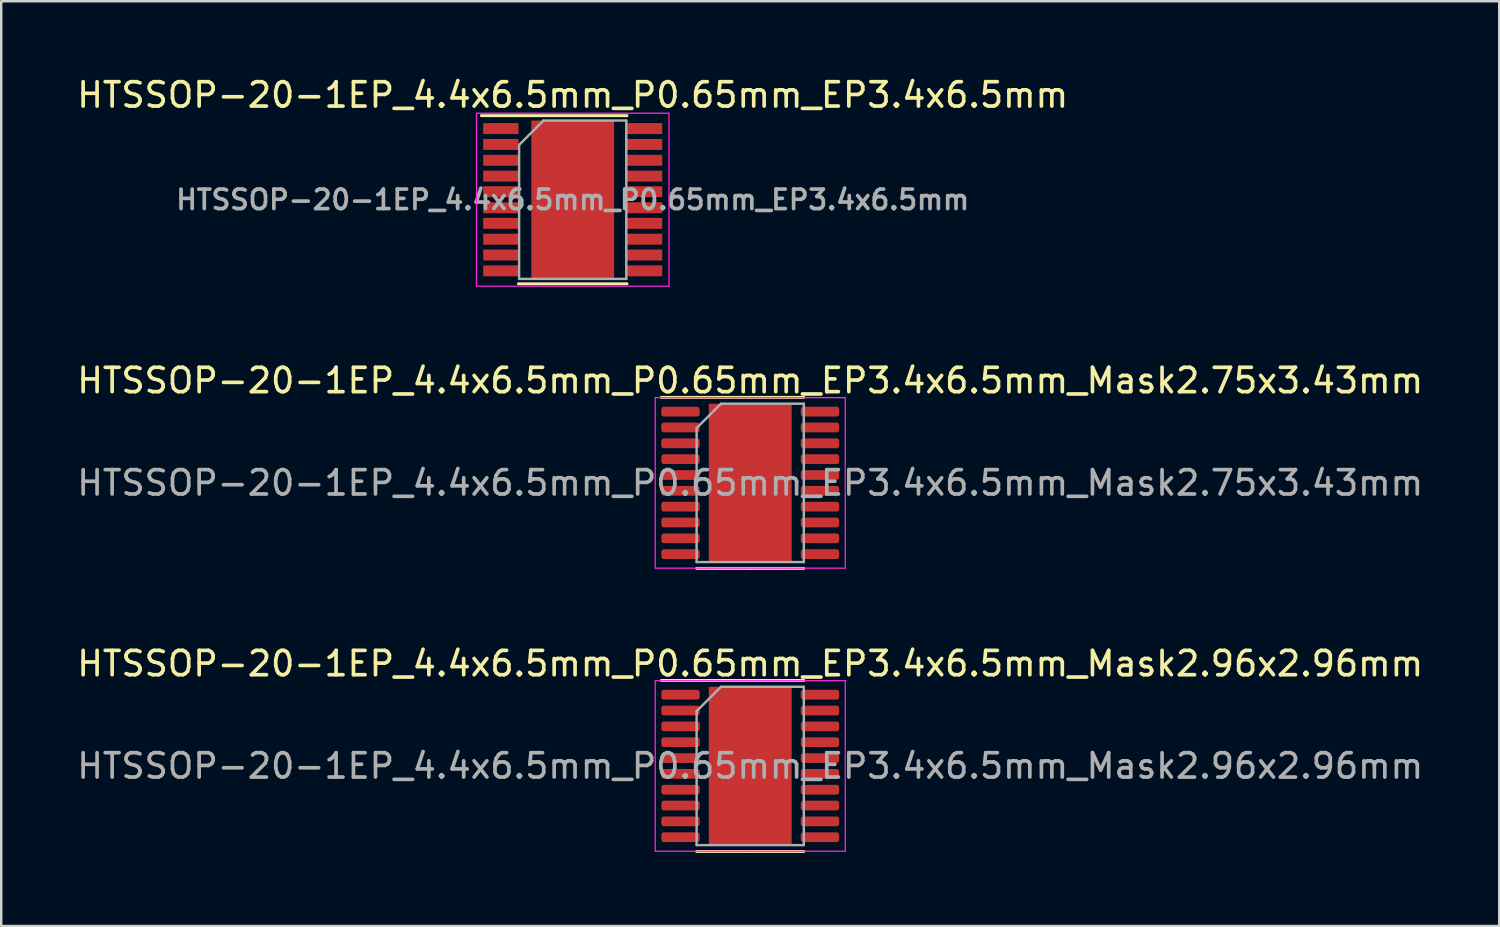
<source format=kicad_pcb>
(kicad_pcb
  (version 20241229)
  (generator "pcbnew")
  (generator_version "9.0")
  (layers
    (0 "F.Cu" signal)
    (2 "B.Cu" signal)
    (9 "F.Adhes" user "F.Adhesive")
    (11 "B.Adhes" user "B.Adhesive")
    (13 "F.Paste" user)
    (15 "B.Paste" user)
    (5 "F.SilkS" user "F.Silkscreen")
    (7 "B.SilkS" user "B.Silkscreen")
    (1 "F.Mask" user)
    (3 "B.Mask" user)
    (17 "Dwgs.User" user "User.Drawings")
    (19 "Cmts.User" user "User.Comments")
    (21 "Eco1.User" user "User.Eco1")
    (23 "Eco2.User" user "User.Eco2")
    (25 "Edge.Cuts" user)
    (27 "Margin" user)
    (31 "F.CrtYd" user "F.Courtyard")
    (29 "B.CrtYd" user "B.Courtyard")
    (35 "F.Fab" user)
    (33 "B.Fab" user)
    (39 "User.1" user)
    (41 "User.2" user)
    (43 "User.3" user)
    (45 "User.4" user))
  (footprint "HTSSOP-20-1EP_4.4x6.5mm_P0.65mm_EP3.4x6.5mm"
    (layer "F.Cu")
    (at 20.458 5.148)
    (property "Reference" "HTSSOP-20-1EP_4.4x6.5mm_P0.65mm_EP3.4x6.5mm" (at 0 -4.3 0) (layer "F.SilkS") (effects (font (size 1 1) (thickness 0.15))))
    (attr smd)
    (fp_line (start -3.75 -3.45) (end 2.23 -3.45) (stroke (width 0.12) (type solid)) (layer "F.SilkS"))
    (fp_line (start -2.23 3.45) (end 2.23 3.45) (stroke (width 0.12) (type solid)) (layer "F.SilkS"))
    (fp_line (start -3.95 -3.55) (end -3.95 3.55) (stroke (width 0.05) (type solid)) (layer "F.CrtYd"))
    (fp_line (start -3.95 -3.55) (end 3.95 -3.55) (stroke (width 0.05) (type solid)) (layer "F.CrtYd"))
    (fp_line (start -3.95 3.55) (end 3.95 3.55) (stroke (width 0.05) (type solid)) (layer "F.CrtYd"))
    (fp_line (start 3.95 -3.55) (end 3.95 3.55) (stroke (width 0.05) (type solid)) (layer "F.CrtYd"))
    (fp_line (start -2.2 -2.25) (end -1.2 -3.25) (stroke (width 0.1) (type solid)) (layer "F.Fab"))
    (fp_line (start -2.2 3.25) (end -2.2 -2.25) (stroke (width 0.1) (type solid)) (layer "F.Fab"))
    (fp_line (start -1.2 -3.25) (end 2.2 -3.25) (stroke (width 0.1) (type solid)) (layer "F.Fab"))
    (fp_line (start 2.2 -3.25) (end 2.2 3.25) (stroke (width 0.1) (type solid)) (layer "F.Fab"))
    (fp_line (start 2.2 3.25) (end -2.2 3.25) (stroke (width 0.1) (type solid)) (layer "F.Fab"))
    (fp_text user "${REFERENCE}" (at 0 0 0) (layer "F.Fab") (effects (font (size 0.8 0.8) (thickness 0.15))))
    (pad "" smd rect (at -0.85 -2.438) (size 1.4 1.325) (layers "F.Paste"))
    (pad "" smd rect (at -0.85 -0.812) (size 1.4 1.325) (layers "F.Paste"))
    (pad "" smd rect (at -0.85 0.812) (size 1.4 1.325) (layers "F.Paste"))
    (pad "" smd rect (at -0.85 2.438) (size 1.4 1.325) (layers "F.Paste"))
    (pad "" smd rect (at 0.85 -2.438) (size 1.4 1.325) (layers "F.Paste"))
    (pad "" smd rect (at 0.85 -0.812) (size 1.4 1.325) (layers "F.Paste"))
    (pad "" smd rect (at 0.85 0.812) (size 1.4 1.325) (layers "F.Paste"))
    (pad "" smd rect (at 0.85 2.438) (size 1.4 1.325) (layers "F.Paste"))
    (pad "1" smd rect (at -2.95 -2.92) (size 1.45 0.45) (layers "F.Cu" "F.Mask" "F.Paste"))
    (pad "2" smd rect (at -2.95 -2.27) (size 1.45 0.45) (layers "F.Cu" "F.Mask" "F.Paste"))
    (pad "3" smd rect (at -2.95 -1.62) (size 1.45 0.45) (layers "F.Cu" "F.Mask" "F.Paste"))
    (pad "4" smd rect (at -2.95 -0.97) (size 1.45 0.45) (layers "F.Cu" "F.Mask" "F.Paste"))
    (pad "5" smd rect (at -2.95 -0.33) (size 1.45 0.45) (layers "F.Cu" "F.Mask" "F.Paste"))
    (pad "6" smd rect (at -2.95 0.33) (size 1.45 0.45) (layers "F.Cu" "F.Mask" "F.Paste"))
    (pad "7" smd rect (at -2.95 0.97) (size 1.45 0.45) (layers "F.Cu" "F.Mask" "F.Paste"))
    (pad "8" smd rect (at -2.95 1.62) (size 1.45 0.45) (layers "F.Cu" "F.Mask" "F.Paste"))
    (pad "9" smd rect (at -2.95 2.27) (size 1.45 0.45) (layers "F.Cu" "F.Mask" "F.Paste"))
    (pad "10" smd rect (at -2.95 2.92) (size 1.45 0.45) (layers "F.Cu" "F.Mask" "F.Paste"))
    (pad "11" smd rect (at 2.95 2.92) (size 1.45 0.45) (layers "F.Cu" "F.Mask" "F.Paste"))
    (pad "12" smd rect (at 2.95 2.27) (size 1.45 0.45) (layers "F.Cu" "F.Mask" "F.Paste"))
    (pad "13" smd rect (at 2.95 1.62) (size 1.45 0.45) (layers "F.Cu" "F.Mask" "F.Paste"))
    (pad "14" smd rect (at 2.95 0.97) (size 1.45 0.45) (layers "F.Cu" "F.Mask" "F.Paste"))
    (pad "15" smd rect (at 2.95 0.33) (size 1.45 0.45) (layers "F.Cu" "F.Mask" "F.Paste"))
    (pad "16" smd rect (at 2.95 -0.33) (size 1.45 0.45) (layers "F.Cu" "F.Mask" "F.Paste"))
    (pad "17" smd rect (at 2.95 -0.97) (size 1.45 0.45) (layers "F.Cu" "F.Mask" "F.Paste"))
    (pad "18" smd rect (at 2.95 -1.62) (size 1.45 0.45) (layers "F.Cu" "F.Mask" "F.Paste"))
    (pad "19" smd rect (at 2.95 -2.27) (size 1.45 0.45) (layers "F.Cu" "F.Mask" "F.Paste"))
    (pad "20" smd rect (at 2.95 -2.92) (size 1.45 0.45) (layers "F.Cu" "F.Mask" "F.Paste"))
    (pad "21" smd rect (at 0 0) (size 3.4 6.5) (layers "F.Cu" "F.Mask")))
  (footprint "HTSSOP-20-1EP_4.4x6.5mm_P0.65mm_EP3.4x6.5mm_Mask2.96x2.96mm"
    (layer "F.Cu")
    (at 27.744 28.39)
    (property "Reference" "HTSSOP-20-1EP_4.4x6.5mm_P0.65mm_EP3.4x6.5mm_Mask2.96x2.96mm" (at 0 -4.2 0) (layer "F.SilkS") (effects (font (size 1 1) (thickness 0.15))))
    (attr smd)
    (fp_line (start 0 -3.51) (end -3.65 -3.51) (stroke (width 0.12) (type solid)) (layer "F.SilkS"))
    (fp_line (start 0 -3.51) (end 2.2 -3.51) (stroke (width 0.12) (type solid)) (layer "F.SilkS"))
    (fp_line (start 0 3.51) (end -2.2 3.51) (stroke (width 0.12) (type solid)) (layer "F.SilkS"))
    (fp_line (start 0 3.51) (end 2.2 3.51) (stroke (width 0.12) (type solid)) (layer "F.SilkS"))
    (fp_line (start -3.9 -3.5) (end -3.9 3.5) (stroke (width 0.05) (type solid)) (layer "F.CrtYd"))
    (fp_line (start -3.9 3.5) (end 3.9 3.5) (stroke (width 0.05) (type solid)) (layer "F.CrtYd"))
    (fp_line (start 3.9 -3.5) (end -3.9 -3.5) (stroke (width 0.05) (type solid)) (layer "F.CrtYd"))
    (fp_line (start 3.9 3.5) (end 3.9 -3.5) (stroke (width 0.05) (type solid)) (layer "F.CrtYd"))
    (fp_line (start -2.2 -2.25) (end -1.2 -3.25) (stroke (width 0.1) (type solid)) (layer "F.Fab"))
    (fp_line (start -2.2 3.25) (end -2.2 -2.25) (stroke (width 0.1) (type solid)) (layer "F.Fab"))
    (fp_line (start -1.2 -3.25) (end 2.2 -3.25) (stroke (width 0.1) (type solid)) (layer "F.Fab"))
    (fp_line (start 2.2 -3.25) (end 2.2 3.25) (stroke (width 0.1) (type solid)) (layer "F.Fab"))
    (fp_line (start 2.2 3.25) (end -2.2 3.25) (stroke (width 0.1) (type solid)) (layer "F.Fab"))
    (fp_text user "${REFERENCE}" (at 0 0 0) (layer "F.Fab") (effects (font (size 1 1) (thickness 0.15))))
    (pad "" smd roundrect (at 0 0) (size 2.39 2.39) (layers "F.Paste") (roundrect_rratio 0.105))
    (pad "" smd rect (at 0 0) (size 2.96 2.96) (layers "F.Mask"))
    (pad "1" smd roundrect (at -2.862 -2.925) (size 1.575 0.4) (layers "F.Cu" "F.Mask" "F.Paste") (roundrect_rratio 0.25))
    (pad "2" smd roundrect (at -2.862 -2.275) (size 1.575 0.4) (layers "F.Cu" "F.Mask" "F.Paste") (roundrect_rratio 0.25))
    (pad "3" smd roundrect (at -2.862 -1.625) (size 1.575 0.4) (layers "F.Cu" "F.Mask" "F.Paste") (roundrect_rratio 0.25))
    (pad "4" smd roundrect (at -2.862 -0.975) (size 1.575 0.4) (layers "F.Cu" "F.Mask" "F.Paste") (roundrect_rratio 0.25))
    (pad "5" smd roundrect (at -2.862 -0.325) (size 1.575 0.4) (layers "F.Cu" "F.Mask" "F.Paste") (roundrect_rratio 0.25))
    (pad "6" smd roundrect (at -2.862 0.325) (size 1.575 0.4) (layers "F.Cu" "F.Mask" "F.Paste") (roundrect_rratio 0.25))
    (pad "7" smd roundrect (at -2.862 0.975) (size 1.575 0.4) (layers "F.Cu" "F.Mask" "F.Paste") (roundrect_rratio 0.25))
    (pad "8" smd roundrect (at -2.862 1.625) (size 1.575 0.4) (layers "F.Cu" "F.Mask" "F.Paste") (roundrect_rratio 0.25))
    (pad "9" smd roundrect (at -2.862 2.275) (size 1.575 0.4) (layers "F.Cu" "F.Mask" "F.Paste") (roundrect_rratio 0.25))
    (pad "10" smd roundrect (at -2.862 2.925) (size 1.575 0.4) (layers "F.Cu" "F.Mask" "F.Paste") (roundrect_rratio 0.25))
    (pad "11" smd roundrect (at 2.862 2.925) (size 1.575 0.4) (layers "F.Cu" "F.Mask" "F.Paste") (roundrect_rratio 0.25))
    (pad "12" smd roundrect (at 2.862 2.275) (size 1.575 0.4) (layers "F.Cu" "F.Mask" "F.Paste") (roundrect_rratio 0.25))
    (pad "13" smd roundrect (at 2.862 1.625) (size 1.575 0.4) (layers "F.Cu" "F.Mask" "F.Paste") (roundrect_rratio 0.25))
    (pad "14" smd roundrect (at 2.862 0.975) (size 1.575 0.4) (layers "F.Cu" "F.Mask" "F.Paste") (roundrect_rratio 0.25))
    (pad "15" smd roundrect (at 2.862 0.325) (size 1.575 0.4) (layers "F.Cu" "F.Mask" "F.Paste") (roundrect_rratio 0.25))
    (pad "16" smd roundrect (at 2.862 -0.325) (size 1.575 0.4) (layers "F.Cu" "F.Mask" "F.Paste") (roundrect_rratio 0.25))
    (pad "17" smd roundrect (at 2.862 -0.975) (size 1.575 0.4) (layers "F.Cu" "F.Mask" "F.Paste") (roundrect_rratio 0.25))
    (pad "18" smd roundrect (at 2.862 -1.625) (size 1.575 0.4) (layers "F.Cu" "F.Mask" "F.Paste") (roundrect_rratio 0.25))
    (pad "19" smd roundrect (at 2.862 -2.275) (size 1.575 0.4) (layers "F.Cu" "F.Mask" "F.Paste") (roundrect_rratio 0.25))
    (pad "20" smd roundrect (at 2.862 -2.925) (size 1.575 0.4) (layers "F.Cu" "F.Mask" "F.Paste") (roundrect_rratio 0.25))
    (pad "21" smd rect (at 0 0) (size 3.4 6.5) (layers "F.Cu")))
  (footprint "HTSSOP-20-1EP_4.4x6.5mm_P0.65mm_EP3.4x6.5mm_Mask2.75x3.43mm"
    (layer "F.Cu")
    (at 27.744 16.771)
    (property "Reference" "HTSSOP-20-1EP_4.4x6.5mm_P0.65mm_EP3.4x6.5mm_Mask2.75x3.43mm" (at 0 -4.2 0) (layer "F.SilkS") (effects (font (size 1 1) (thickness 0.15))))
    (attr smd)
    (fp_line (start 0 -3.51) (end -3.65 -3.51) (stroke (width 0.12) (type solid)) (layer "F.SilkS"))
    (fp_line (start 0 -3.51) (end 2.2 -3.51) (stroke (width 0.12) (type solid)) (layer "F.SilkS"))
    (fp_line (start 0 3.51) (end -2.2 3.51) (stroke (width 0.12) (type solid)) (layer "F.SilkS"))
    (fp_line (start 0 3.51) (end 2.2 3.51) (stroke (width 0.12) (type solid)) (layer "F.SilkS"))
    (fp_line (start -3.9 -3.5) (end -3.9 3.5) (stroke (width 0.05) (type solid)) (layer "F.CrtYd"))
    (fp_line (start -3.9 3.5) (end 3.9 3.5) (stroke (width 0.05) (type solid)) (layer "F.CrtYd"))
    (fp_line (start 3.9 -3.5) (end -3.9 -3.5) (stroke (width 0.05) (type solid)) (layer "F.CrtYd"))
    (fp_line (start 3.9 3.5) (end 3.9 -3.5) (stroke (width 0.05) (type solid)) (layer "F.CrtYd"))
    (fp_line (start -2.2 -2.25) (end -1.2 -3.25) (stroke (width 0.1) (type solid)) (layer "F.Fab"))
    (fp_line (start -2.2 3.25) (end -2.2 -2.25) (stroke (width 0.1) (type solid)) (layer "F.Fab"))
    (fp_line (start -1.2 -3.25) (end 2.2 -3.25) (stroke (width 0.1) (type solid)) (layer "F.Fab"))
    (fp_line (start 2.2 -3.25) (end 2.2 3.25) (stroke (width 0.1) (type solid)) (layer "F.Fab"))
    (fp_line (start 2.2 3.25) (end -2.2 3.25) (stroke (width 0.1) (type solid)) (layer "F.Fab"))
    (fp_text user "${REFERENCE}" (at 0 0 0) (layer "F.Fab") (effects (font (size 1 1) (thickness 0.15))))
    (pad "" smd roundrect (at -0.69 -0.86) (size 1.11 1.38) (layers "F.Paste") (roundrect_rratio 0.225))
    (pad "" smd roundrect (at -0.69 0.86) (size 1.11 1.38) (layers "F.Paste") (roundrect_rratio 0.225))
    (pad "" smd rect (at 0 0) (size 2.75 3.43) (layers "F.Mask"))
    (pad "" smd roundrect (at 0.69 -0.86) (size 1.11 1.38) (layers "F.Paste") (roundrect_rratio 0.225))
    (pad "" smd roundrect (at 0.69 0.86) (size 1.11 1.38) (layers "F.Paste") (roundrect_rratio 0.225))
    (pad "1" smd roundrect (at -2.862 -2.925) (size 1.575 0.4) (layers "F.Cu" "F.Mask" "F.Paste") (roundrect_rratio 0.25))
    (pad "2" smd roundrect (at -2.862 -2.275) (size 1.575 0.4) (layers "F.Cu" "F.Mask" "F.Paste") (roundrect_rratio 0.25))
    (pad "3" smd roundrect (at -2.862 -1.625) (size 1.575 0.4) (layers "F.Cu" "F.Mask" "F.Paste") (roundrect_rratio 0.25))
    (pad "4" smd roundrect (at -2.862 -0.975) (size 1.575 0.4) (layers "F.Cu" "F.Mask" "F.Paste") (roundrect_rratio 0.25))
    (pad "5" smd roundrect (at -2.862 -0.325) (size 1.575 0.4) (layers "F.Cu" "F.Mask" "F.Paste") (roundrect_rratio 0.25))
    (pad "6" smd roundrect (at -2.862 0.325) (size 1.575 0.4) (layers "F.Cu" "F.Mask" "F.Paste") (roundrect_rratio 0.25))
    (pad "7" smd roundrect (at -2.862 0.975) (size 1.575 0.4) (layers "F.Cu" "F.Mask" "F.Paste") (roundrect_rratio 0.25))
    (pad "8" smd roundrect (at -2.862 1.625) (size 1.575 0.4) (layers "F.Cu" "F.Mask" "F.Paste") (roundrect_rratio 0.25))
    (pad "9" smd roundrect (at -2.862 2.275) (size 1.575 0.4) (layers "F.Cu" "F.Mask" "F.Paste") (roundrect_rratio 0.25))
    (pad "10" smd roundrect (at -2.862 2.925) (size 1.575 0.4) (layers "F.Cu" "F.Mask" "F.Paste") (roundrect_rratio 0.25))
    (pad "11" smd roundrect (at 2.862 2.925) (size 1.575 0.4) (layers "F.Cu" "F.Mask" "F.Paste") (roundrect_rratio 0.25))
    (pad "12" smd roundrect (at 2.862 2.275) (size 1.575 0.4) (layers "F.Cu" "F.Mask" "F.Paste") (roundrect_rratio 0.25))
    (pad "13" smd roundrect (at 2.862 1.625) (size 1.575 0.4) (layers "F.Cu" "F.Mask" "F.Paste") (roundrect_rratio 0.25))
    (pad "14" smd roundrect (at 2.862 0.975) (size 1.575 0.4) (layers "F.Cu" "F.Mask" "F.Paste") (roundrect_rratio 0.25))
    (pad "15" smd roundrect (at 2.862 0.325) (size 1.575 0.4) (layers "F.Cu" "F.Mask" "F.Paste") (roundrect_rratio 0.25))
    (pad "16" smd roundrect (at 2.862 -0.325) (size 1.575 0.4) (layers "F.Cu" "F.Mask" "F.Paste") (roundrect_rratio 0.25))
    (pad "17" smd roundrect (at 2.862 -0.975) (size 1.575 0.4) (layers "F.Cu" "F.Mask" "F.Paste") (roundrect_rratio 0.25))
    (pad "18" smd roundrect (at 2.862 -1.625) (size 1.575 0.4) (layers "F.Cu" "F.Mask" "F.Paste") (roundrect_rratio 0.25))
    (pad "19" smd roundrect (at 2.862 -2.275) (size 1.575 0.4) (layers "F.Cu" "F.Mask" "F.Paste") (roundrect_rratio 0.25))
    (pad "20" smd roundrect (at 2.862 -2.925) (size 1.575 0.4) (layers "F.Cu" "F.Mask" "F.Paste") (roundrect_rratio 0.25))
    (pad "21" smd rect (at 0 0) (size 3.4 6.5) (layers "F.Cu")))
  (gr_rect
    (start -3 -3)
    (end 58.488 34.96)
    (stroke (width 0.1) (type default))
    (fill no)
    (layer "Edge.Cuts")))
</source>
